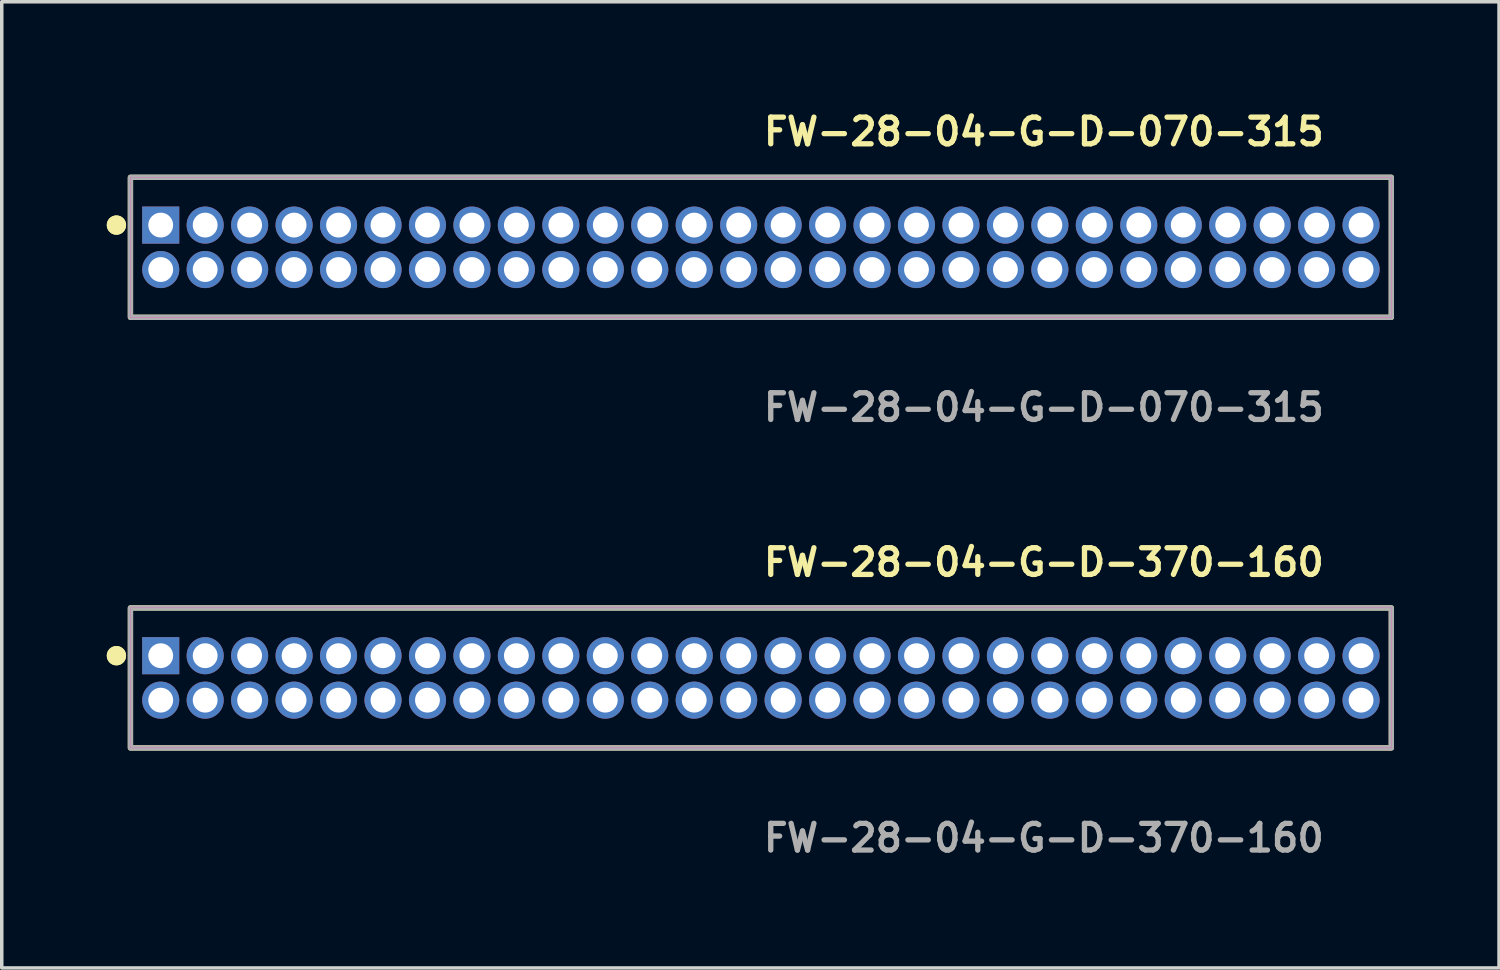
<source format=kicad_pcb>
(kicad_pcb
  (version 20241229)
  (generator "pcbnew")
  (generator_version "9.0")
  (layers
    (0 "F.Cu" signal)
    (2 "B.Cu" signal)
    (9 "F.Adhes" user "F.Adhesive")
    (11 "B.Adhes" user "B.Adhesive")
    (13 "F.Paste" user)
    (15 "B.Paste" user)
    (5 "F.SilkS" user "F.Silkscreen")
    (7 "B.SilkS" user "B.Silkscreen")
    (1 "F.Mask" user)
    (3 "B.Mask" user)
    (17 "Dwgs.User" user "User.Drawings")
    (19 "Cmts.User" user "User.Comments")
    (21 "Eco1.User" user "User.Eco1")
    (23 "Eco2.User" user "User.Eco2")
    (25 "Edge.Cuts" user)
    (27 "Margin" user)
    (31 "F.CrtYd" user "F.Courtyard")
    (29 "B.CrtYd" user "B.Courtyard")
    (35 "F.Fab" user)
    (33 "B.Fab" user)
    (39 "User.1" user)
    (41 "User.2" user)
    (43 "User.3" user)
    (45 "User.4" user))
  (footprint "FW-28-04-G-D-370-160"
    (layer "F.Cu")
    (at 18.686 16.316)
    (property "Reference" "FW-28-04-G-D-370-160" (at 0 -3.302 0) (unlocked yes) (layer "F.SilkS") (effects (font (size 0.762 0.762) (thickness 0.152)) (justify left)))
    (fp_rect (start -18.01 2) (end 18.01 -2) (stroke (width 0.152) (type solid)) (fill no) (layer "F.SilkS"))
    (fp_circle (center -18.41 -0.635) (end -18.61 -0.635) (stroke (width 0.152) (type solid)) (fill yes) (layer "F.SilkS"))
    (fp_circle (center -18.41 -0.635) (end -18.61 -0.635) (stroke (width 0.152) (type solid)) (fill yes) (layer "F.SilkS"))
    (fp_rect (start -18.01 2) (end 18.01 -2) (stroke (width 0.006) (type solid)) (fill no) (layer "F.CrtYd"))
    (fp_rect (start -18.01 2) (end 18.01 -2) (stroke (width 0.152) (type solid)) (fill no) (layer "F.Fab"))
    (fp_text user "${REFERENCE}" (at 0 4.572 0) (unlocked yes) (layer "F.Fab") (effects (font (size 0.762 0.762) (thickness 0.152)) (justify left)))
    (pad "1" thru_hole rect (at -17.145 -0.635) (size 1.06 1.06) (drill 0.71) (layers "*.Cu" "*.Mask"))
    (pad "2" thru_hole circle (at -17.145 0.635) (size 1.06 1.06) (drill 0.71) (layers "*.Cu" "*.Mask"))
    (pad "3" thru_hole circle (at -15.875 -0.635) (size 1.06 1.06) (drill 0.71) (layers "*.Cu" "*.Mask"))
    (pad "4" thru_hole circle (at -15.875 0.635) (size 1.06 1.06) (drill 0.71) (layers "*.Cu" "*.Mask"))
    (pad "5" thru_hole circle (at -14.605 -0.635) (size 1.06 1.06) (drill 0.71) (layers "*.Cu" "*.Mask"))
    (pad "6" thru_hole circle (at -14.605 0.635) (size 1.06 1.06) (drill 0.71) (layers "*.Cu" "*.Mask"))
    (pad "7" thru_hole circle (at -13.335 -0.635) (size 1.06 1.06) (drill 0.71) (layers "*.Cu" "*.Mask"))
    (pad "8" thru_hole circle (at -13.335 0.635) (size 1.06 1.06) (drill 0.71) (layers "*.Cu" "*.Mask"))
    (pad "9" thru_hole circle (at -12.065 -0.635) (size 1.06 1.06) (drill 0.71) (layers "*.Cu" "*.Mask"))
    (pad "10" thru_hole circle (at -12.065 0.635) (size 1.06 1.06) (drill 0.71) (layers "*.Cu" "*.Mask"))
    (pad "11" thru_hole circle (at -10.795 -0.635) (size 1.06 1.06) (drill 0.71) (layers "*.Cu" "*.Mask"))
    (pad "12" thru_hole circle (at -10.795 0.635) (size 1.06 1.06) (drill 0.71) (layers "*.Cu" "*.Mask"))
    (pad "13" thru_hole circle (at -9.525 -0.635) (size 1.06 1.06) (drill 0.71) (layers "*.Cu" "*.Mask"))
    (pad "14" thru_hole circle (at -9.525 0.635) (size 1.06 1.06) (drill 0.71) (layers "*.Cu" "*.Mask"))
    (pad "15" thru_hole circle (at -8.255 -0.635) (size 1.06 1.06) (drill 0.71) (layers "*.Cu" "*.Mask"))
    (pad "16" thru_hole circle (at -8.255 0.635) (size 1.06 1.06) (drill 0.71) (layers "*.Cu" "*.Mask"))
    (pad "17" thru_hole circle (at -6.985 -0.635) (size 1.06 1.06) (drill 0.71) (layers "*.Cu" "*.Mask"))
    (pad "18" thru_hole circle (at -6.985 0.635) (size 1.06 1.06) (drill 0.71) (layers "*.Cu" "*.Mask"))
    (pad "19" thru_hole circle (at -5.715 -0.635) (size 1.06 1.06) (drill 0.71) (layers "*.Cu" "*.Mask"))
    (pad "20" thru_hole circle (at -5.715 0.635) (size 1.06 1.06) (drill 0.71) (layers "*.Cu" "*.Mask"))
    (pad "21" thru_hole circle (at -4.445 -0.635) (size 1.06 1.06) (drill 0.71) (layers "*.Cu" "*.Mask"))
    (pad "22" thru_hole circle (at -4.445 0.635) (size 1.06 1.06) (drill 0.71) (layers "*.Cu" "*.Mask"))
    (pad "23" thru_hole circle (at -3.175 -0.635) (size 1.06 1.06) (drill 0.71) (layers "*.Cu" "*.Mask"))
    (pad "24" thru_hole circle (at -3.175 0.635) (size 1.06 1.06) (drill 0.71) (layers "*.Cu" "*.Mask"))
    (pad "25" thru_hole circle (at -1.905 -0.635) (size 1.06 1.06) (drill 0.71) (layers "*.Cu" "*.Mask"))
    (pad "26" thru_hole circle (at -1.905 0.635) (size 1.06 1.06) (drill 0.71) (layers "*.Cu" "*.Mask"))
    (pad "27" thru_hole circle (at -0.635 -0.635) (size 1.06 1.06) (drill 0.71) (layers "*.Cu" "*.Mask"))
    (pad "28" thru_hole circle (at -0.635 0.635) (size 1.06 1.06) (drill 0.71) (layers "*.Cu" "*.Mask"))
    (pad "29" thru_hole circle (at 0.635 -0.635) (size 1.06 1.06) (drill 0.71) (layers "*.Cu" "*.Mask"))
    (pad "30" thru_hole circle (at 0.635 0.635) (size 1.06 1.06) (drill 0.71) (layers "*.Cu" "*.Mask"))
    (pad "31" thru_hole circle (at 1.905 -0.635) (size 1.06 1.06) (drill 0.71) (layers "*.Cu" "*.Mask"))
    (pad "32" thru_hole circle (at 1.905 0.635) (size 1.06 1.06) (drill 0.71) (layers "*.Cu" "*.Mask"))
    (pad "33" thru_hole circle (at 3.175 -0.635) (size 1.06 1.06) (drill 0.71) (layers "*.Cu" "*.Mask"))
    (pad "34" thru_hole circle (at 3.175 0.635) (size 1.06 1.06) (drill 0.71) (layers "*.Cu" "*.Mask"))
    (pad "35" thru_hole circle (at 4.445 -0.635) (size 1.06 1.06) (drill 0.71) (layers "*.Cu" "*.Mask"))
    (pad "36" thru_hole circle (at 4.445 0.635) (size 1.06 1.06) (drill 0.71) (layers "*.Cu" "*.Mask"))
    (pad "37" thru_hole circle (at 5.715 -0.635) (size 1.06 1.06) (drill 0.71) (layers "*.Cu" "*.Mask"))
    (pad "38" thru_hole circle (at 5.715 0.635) (size 1.06 1.06) (drill 0.71) (layers "*.Cu" "*.Mask"))
    (pad "39" thru_hole circle (at 6.985 -0.635) (size 1.06 1.06) (drill 0.71) (layers "*.Cu" "*.Mask"))
    (pad "40" thru_hole circle (at 6.985 0.635) (size 1.06 1.06) (drill 0.71) (layers "*.Cu" "*.Mask"))
    (pad "41" thru_hole circle (at 8.255 -0.635) (size 1.06 1.06) (drill 0.71) (layers "*.Cu" "*.Mask"))
    (pad "42" thru_hole circle (at 8.255 0.635) (size 1.06 1.06) (drill 0.71) (layers "*.Cu" "*.Mask"))
    (pad "43" thru_hole circle (at 9.525 -0.635) (size 1.06 1.06) (drill 0.71) (layers "*.Cu" "*.Mask"))
    (pad "44" thru_hole circle (at 9.525 0.635) (size 1.06 1.06) (drill 0.71) (layers "*.Cu" "*.Mask"))
    (pad "45" thru_hole circle (at 10.795 -0.635) (size 1.06 1.06) (drill 0.71) (layers "*.Cu" "*.Mask"))
    (pad "46" thru_hole circle (at 10.795 0.635) (size 1.06 1.06) (drill 0.71) (layers "*.Cu" "*.Mask"))
    (pad "47" thru_hole circle (at 12.065 -0.635) (size 1.06 1.06) (drill 0.71) (layers "*.Cu" "*.Mask"))
    (pad "48" thru_hole circle (at 12.065 0.635) (size 1.06 1.06) (drill 0.71) (layers "*.Cu" "*.Mask"))
    (pad "49" thru_hole circle (at 13.335 -0.635) (size 1.06 1.06) (drill 0.71) (layers "*.Cu" "*.Mask"))
    (pad "50" thru_hole circle (at 13.335 0.635) (size 1.06 1.06) (drill 0.71) (layers "*.Cu" "*.Mask"))
    (pad "51" thru_hole circle (at 14.605 -0.635) (size 1.06 1.06) (drill 0.71) (layers "*.Cu" "*.Mask"))
    (pad "52" thru_hole circle (at 14.605 0.635) (size 1.06 1.06) (drill 0.71) (layers "*.Cu" "*.Mask"))
    (pad "53" thru_hole circle (at 15.875 -0.635) (size 1.06 1.06) (drill 0.71) (layers "*.Cu" "*.Mask"))
    (pad "54" thru_hole circle (at 15.875 0.635) (size 1.06 1.06) (drill 0.71) (layers "*.Cu" "*.Mask"))
    (pad "55" thru_hole circle (at 17.145 -0.635) (size 1.06 1.06) (drill 0.71) (layers "*.Cu" "*.Mask"))
    (pad "56" thru_hole circle (at 17.145 0.635) (size 1.06 1.06) (drill 0.71) (layers "*.Cu" "*.Mask")))
  (footprint "FW-28-04-G-D-070-315"
    (layer "F.Cu")
    (at 18.686 4.015)
    (property "Reference" "FW-28-04-G-D-070-315" (at 0 -3.302 0) (unlocked yes) (layer "F.SilkS") (effects (font (size 0.762 0.762) (thickness 0.152)) (justify left)))
    (fp_rect (start -18.01 2) (end 18.01 -2) (stroke (width 0.152) (type solid)) (fill no) (layer "F.SilkS"))
    (fp_circle (center -18.41 -0.635) (end -18.61 -0.635) (stroke (width 0.152) (type solid)) (fill yes) (layer "F.SilkS"))
    (fp_circle (center -18.41 -0.635) (end -18.61 -0.635) (stroke (width 0.152) (type solid)) (fill yes) (layer "F.SilkS"))
    (fp_rect (start -18.01 2) (end 18.01 -2) (stroke (width 0.006) (type solid)) (fill no) (layer "F.CrtYd"))
    (fp_rect (start -18.01 2) (end 18.01 -2) (stroke (width 0.152) (type solid)) (fill no) (layer "F.Fab"))
    (fp_text user "${REFERENCE}" (at 0 4.572 0) (unlocked yes) (layer "F.Fab") (effects (font (size 0.762 0.762) (thickness 0.152)) (justify left)))
    (pad "1" thru_hole rect (at -17.145 -0.635) (size 1.06 1.06) (drill 0.71) (layers "*.Cu" "*.Mask"))
    (pad "2" thru_hole circle (at -17.145 0.635) (size 1.06 1.06) (drill 0.71) (layers "*.Cu" "*.Mask"))
    (pad "3" thru_hole circle (at -15.875 -0.635) (size 1.06 1.06) (drill 0.71) (layers "*.Cu" "*.Mask"))
    (pad "4" thru_hole circle (at -15.875 0.635) (size 1.06 1.06) (drill 0.71) (layers "*.Cu" "*.Mask"))
    (pad "5" thru_hole circle (at -14.605 -0.635) (size 1.06 1.06) (drill 0.71) (layers "*.Cu" "*.Mask"))
    (pad "6" thru_hole circle (at -14.605 0.635) (size 1.06 1.06) (drill 0.71) (layers "*.Cu" "*.Mask"))
    (pad "7" thru_hole circle (at -13.335 -0.635) (size 1.06 1.06) (drill 0.71) (layers "*.Cu" "*.Mask"))
    (pad "8" thru_hole circle (at -13.335 0.635) (size 1.06 1.06) (drill 0.71) (layers "*.Cu" "*.Mask"))
    (pad "9" thru_hole circle (at -12.065 -0.635) (size 1.06 1.06) (drill 0.71) (layers "*.Cu" "*.Mask"))
    (pad "10" thru_hole circle (at -12.065 0.635) (size 1.06 1.06) (drill 0.71) (layers "*.Cu" "*.Mask"))
    (pad "11" thru_hole circle (at -10.795 -0.635) (size 1.06 1.06) (drill 0.71) (layers "*.Cu" "*.Mask"))
    (pad "12" thru_hole circle (at -10.795 0.635) (size 1.06 1.06) (drill 0.71) (layers "*.Cu" "*.Mask"))
    (pad "13" thru_hole circle (at -9.525 -0.635) (size 1.06 1.06) (drill 0.71) (layers "*.Cu" "*.Mask"))
    (pad "14" thru_hole circle (at -9.525 0.635) (size 1.06 1.06) (drill 0.71) (layers "*.Cu" "*.Mask"))
    (pad "15" thru_hole circle (at -8.255 -0.635) (size 1.06 1.06) (drill 0.71) (layers "*.Cu" "*.Mask"))
    (pad "16" thru_hole circle (at -8.255 0.635) (size 1.06 1.06) (drill 0.71) (layers "*.Cu" "*.Mask"))
    (pad "17" thru_hole circle (at -6.985 -0.635) (size 1.06 1.06) (drill 0.71) (layers "*.Cu" "*.Mask"))
    (pad "18" thru_hole circle (at -6.985 0.635) (size 1.06 1.06) (drill 0.71) (layers "*.Cu" "*.Mask"))
    (pad "19" thru_hole circle (at -5.715 -0.635) (size 1.06 1.06) (drill 0.71) (layers "*.Cu" "*.Mask"))
    (pad "20" thru_hole circle (at -5.715 0.635) (size 1.06 1.06) (drill 0.71) (layers "*.Cu" "*.Mask"))
    (pad "21" thru_hole circle (at -4.445 -0.635) (size 1.06 1.06) (drill 0.71) (layers "*.Cu" "*.Mask"))
    (pad "22" thru_hole circle (at -4.445 0.635) (size 1.06 1.06) (drill 0.71) (layers "*.Cu" "*.Mask"))
    (pad "23" thru_hole circle (at -3.175 -0.635) (size 1.06 1.06) (drill 0.71) (layers "*.Cu" "*.Mask"))
    (pad "24" thru_hole circle (at -3.175 0.635) (size 1.06 1.06) (drill 0.71) (layers "*.Cu" "*.Mask"))
    (pad "25" thru_hole circle (at -1.905 -0.635) (size 1.06 1.06) (drill 0.71) (layers "*.Cu" "*.Mask"))
    (pad "26" thru_hole circle (at -1.905 0.635) (size 1.06 1.06) (drill 0.71) (layers "*.Cu" "*.Mask"))
    (pad "27" thru_hole circle (at -0.635 -0.635) (size 1.06 1.06) (drill 0.71) (layers "*.Cu" "*.Mask"))
    (pad "28" thru_hole circle (at -0.635 0.635) (size 1.06 1.06) (drill 0.71) (layers "*.Cu" "*.Mask"))
    (pad "29" thru_hole circle (at 0.635 -0.635) (size 1.06 1.06) (drill 0.71) (layers "*.Cu" "*.Mask"))
    (pad "30" thru_hole circle (at 0.635 0.635) (size 1.06 1.06) (drill 0.71) (layers "*.Cu" "*.Mask"))
    (pad "31" thru_hole circle (at 1.905 -0.635) (size 1.06 1.06) (drill 0.71) (layers "*.Cu" "*.Mask"))
    (pad "32" thru_hole circle (at 1.905 0.635) (size 1.06 1.06) (drill 0.71) (layers "*.Cu" "*.Mask"))
    (pad "33" thru_hole circle (at 3.175 -0.635) (size 1.06 1.06) (drill 0.71) (layers "*.Cu" "*.Mask"))
    (pad "34" thru_hole circle (at 3.175 0.635) (size 1.06 1.06) (drill 0.71) (layers "*.Cu" "*.Mask"))
    (pad "35" thru_hole circle (at 4.445 -0.635) (size 1.06 1.06) (drill 0.71) (layers "*.Cu" "*.Mask"))
    (pad "36" thru_hole circle (at 4.445 0.635) (size 1.06 1.06) (drill 0.71) (layers "*.Cu" "*.Mask"))
    (pad "37" thru_hole circle (at 5.715 -0.635) (size 1.06 1.06) (drill 0.71) (layers "*.Cu" "*.Mask"))
    (pad "38" thru_hole circle (at 5.715 0.635) (size 1.06 1.06) (drill 0.71) (layers "*.Cu" "*.Mask"))
    (pad "39" thru_hole circle (at 6.985 -0.635) (size 1.06 1.06) (drill 0.71) (layers "*.Cu" "*.Mask"))
    (pad "40" thru_hole circle (at 6.985 0.635) (size 1.06 1.06) (drill 0.71) (layers "*.Cu" "*.Mask"))
    (pad "41" thru_hole circle (at 8.255 -0.635) (size 1.06 1.06) (drill 0.71) (layers "*.Cu" "*.Mask"))
    (pad "42" thru_hole circle (at 8.255 0.635) (size 1.06 1.06) (drill 0.71) (layers "*.Cu" "*.Mask"))
    (pad "43" thru_hole circle (at 9.525 -0.635) (size 1.06 1.06) (drill 0.71) (layers "*.Cu" "*.Mask"))
    (pad "44" thru_hole circle (at 9.525 0.635) (size 1.06 1.06) (drill 0.71) (layers "*.Cu" "*.Mask"))
    (pad "45" thru_hole circle (at 10.795 -0.635) (size 1.06 1.06) (drill 0.71) (layers "*.Cu" "*.Mask"))
    (pad "46" thru_hole circle (at 10.795 0.635) (size 1.06 1.06) (drill 0.71) (layers "*.Cu" "*.Mask"))
    (pad "47" thru_hole circle (at 12.065 -0.635) (size 1.06 1.06) (drill 0.71) (layers "*.Cu" "*.Mask"))
    (pad "48" thru_hole circle (at 12.065 0.635) (size 1.06 1.06) (drill 0.71) (layers "*.Cu" "*.Mask"))
    (pad "49" thru_hole circle (at 13.335 -0.635) (size 1.06 1.06) (drill 0.71) (layers "*.Cu" "*.Mask"))
    (pad "50" thru_hole circle (at 13.335 0.635) (size 1.06 1.06) (drill 0.71) (layers "*.Cu" "*.Mask"))
    (pad "51" thru_hole circle (at 14.605 -0.635) (size 1.06 1.06) (drill 0.71) (layers "*.Cu" "*.Mask"))
    (pad "52" thru_hole circle (at 14.605 0.635) (size 1.06 1.06) (drill 0.71) (layers "*.Cu" "*.Mask"))
    (pad "53" thru_hole circle (at 15.875 -0.635) (size 1.06 1.06) (drill 0.71) (layers "*.Cu" "*.Mask"))
    (pad "54" thru_hole circle (at 15.875 0.635) (size 1.06 1.06) (drill 0.71) (layers "*.Cu" "*.Mask"))
    (pad "55" thru_hole circle (at 17.145 -0.635) (size 1.06 1.06) (drill 0.71) (layers "*.Cu" "*.Mask"))
    (pad "56" thru_hole circle (at 17.145 0.635) (size 1.06 1.06) (drill 0.71) (layers "*.Cu" "*.Mask")))
  (gr_rect
    (start -3 -3)
    (end 39.772 24.601)
    (stroke (width 0.1) (type default))
    (fill no)
    (layer "Edge.Cuts")))
</source>
